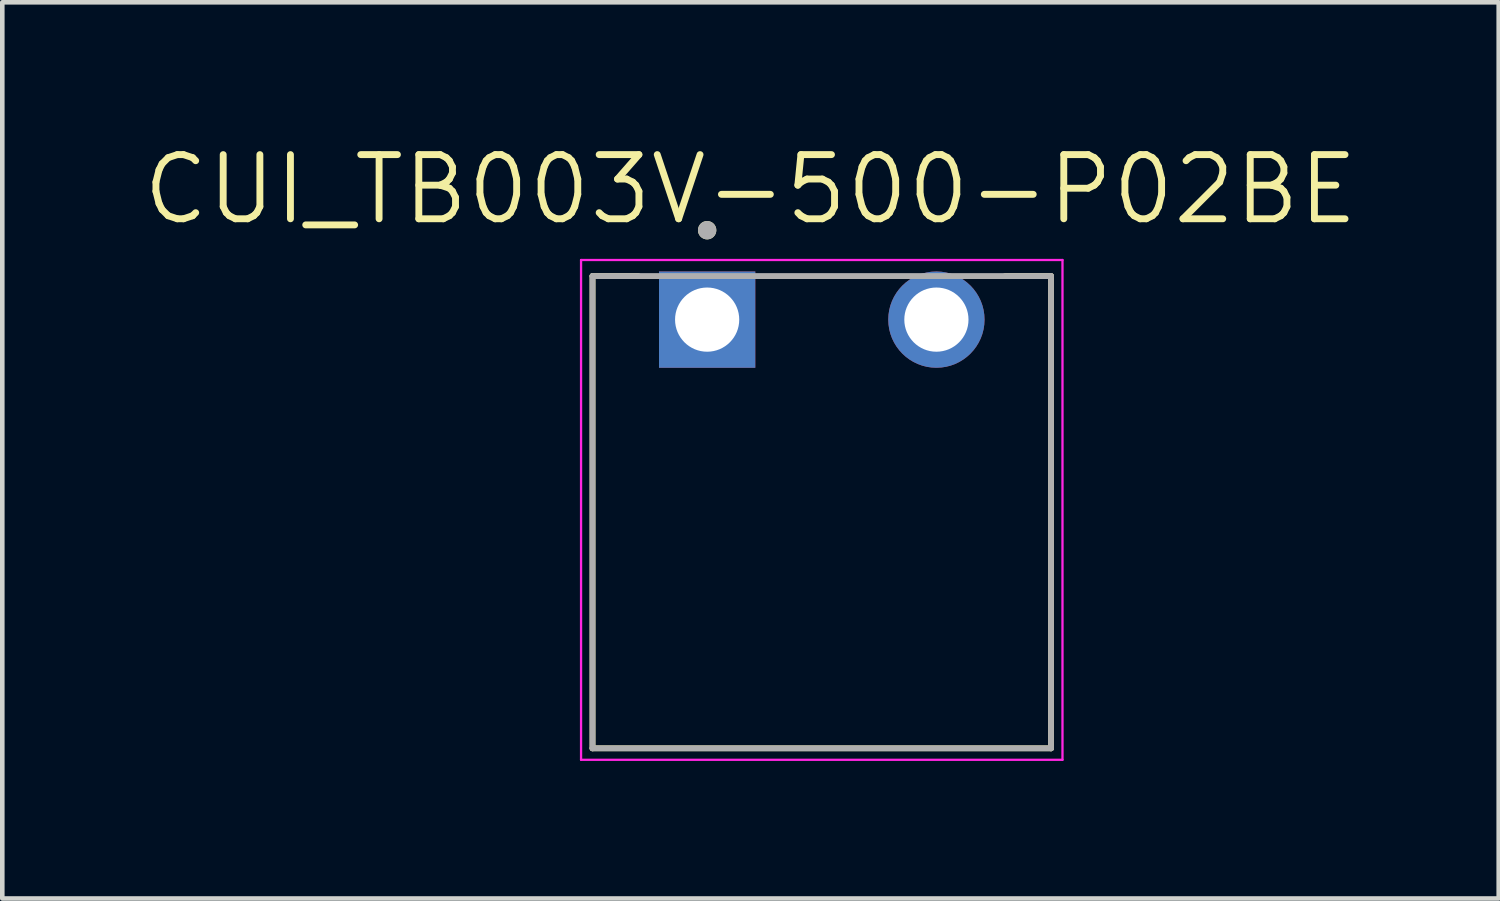
<source format=kicad_pcb>
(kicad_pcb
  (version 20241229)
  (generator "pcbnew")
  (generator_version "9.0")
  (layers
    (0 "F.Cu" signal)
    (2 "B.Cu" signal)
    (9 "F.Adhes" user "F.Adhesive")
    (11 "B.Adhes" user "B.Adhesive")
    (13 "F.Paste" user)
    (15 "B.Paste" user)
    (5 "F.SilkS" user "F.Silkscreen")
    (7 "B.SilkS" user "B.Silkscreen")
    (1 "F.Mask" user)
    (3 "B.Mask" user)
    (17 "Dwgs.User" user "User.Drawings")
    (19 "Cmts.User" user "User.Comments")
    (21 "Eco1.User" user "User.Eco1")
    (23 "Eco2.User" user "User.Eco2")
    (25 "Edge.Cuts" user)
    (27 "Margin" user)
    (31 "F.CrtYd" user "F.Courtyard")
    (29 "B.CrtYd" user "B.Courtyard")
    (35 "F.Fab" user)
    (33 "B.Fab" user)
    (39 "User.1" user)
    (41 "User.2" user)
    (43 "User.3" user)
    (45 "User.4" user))
  (footprint "CUI_TB003V-500-P02BE"
    (layer "F.Cu")
    (at 12.373 3.921)
    (property "Reference" "CUI_TB003V-500-P02BE" (at 0.945 -2.839 0) (layer "F.SilkS") (effects (font (size 1.4 1.4) (thickness 0.15))))
    (attr through_hole)
    (fp_line (start -2.5 -0.95) (end -1.5 -0.95) (stroke (width 0.127) (type solid)) (layer "F.SilkS"))
    (fp_line (start -2.5 9.35) (end -2.5 -0.95) (stroke (width 0.127) (type solid)) (layer "F.SilkS"))
    (fp_line (start 7.5 -0.95) (end 6.5 -0.95) (stroke (width 0.127) (type solid)) (layer "F.SilkS"))
    (fp_line (start 7.5 -0.95) (end 7.5 9.35) (stroke (width 0.127) (type solid)) (layer "F.SilkS"))
    (fp_line (start 7.5 9.35) (end -2.5 9.35) (stroke (width 0.127) (type solid)) (layer "F.SilkS"))
    (fp_circle (center 0 -1.95) (end 0.1 -1.95) (stroke (width 0.2) (type solid)) (fill no) (layer "F.SilkS"))
    (fp_line (start -2.75 -1.3) (end 7.75 -1.3) (stroke (width 0.05) (type solid)) (layer "F.CrtYd"))
    (fp_line (start -2.75 9.6) (end -2.75 -1.3) (stroke (width 0.05) (type solid)) (layer "F.CrtYd"))
    (fp_line (start 7.75 -1.3) (end 7.75 9.6) (stroke (width 0.05) (type solid)) (layer "F.CrtYd"))
    (fp_line (start 7.75 9.6) (end -2.75 9.6) (stroke (width 0.05) (type solid)) (layer "F.CrtYd"))
    (fp_line (start -2.5 -0.95) (end 7.5 -0.95) (stroke (width 0.127) (type solid)) (layer "F.Fab"))
    (fp_line (start -2.5 9.35) (end -2.5 -0.95) (stroke (width 0.127) (type solid)) (layer "F.Fab"))
    (fp_line (start 7.5 -0.95) (end 7.5 9.35) (stroke (width 0.127) (type solid)) (layer "F.Fab"))
    (fp_line (start 7.5 9.35) (end -2.5 9.35) (stroke (width 0.127) (type solid)) (layer "F.Fab"))
    (fp_circle (center 0 -1.95) (end 0.1 -1.95) (stroke (width 0.2) (type solid)) (fill no) (layer "F.Fab"))
    (pad "1" thru_hole rect (at 0 0) (size 2.1 2.1) (drill 1.4) (layers "*.Cu" "*.Mask"))
    (pad "2" thru_hole circle (at 5 0) (size 2.1 2.1) (drill 1.4) (layers "*.Cu" "*.Mask")))
  (gr_rect
    (start -3 -3)
    (end 29.637 16.546)
    (stroke (width 0.1) (type default))
    (fill no)
    (layer "Edge.Cuts")))
</source>
